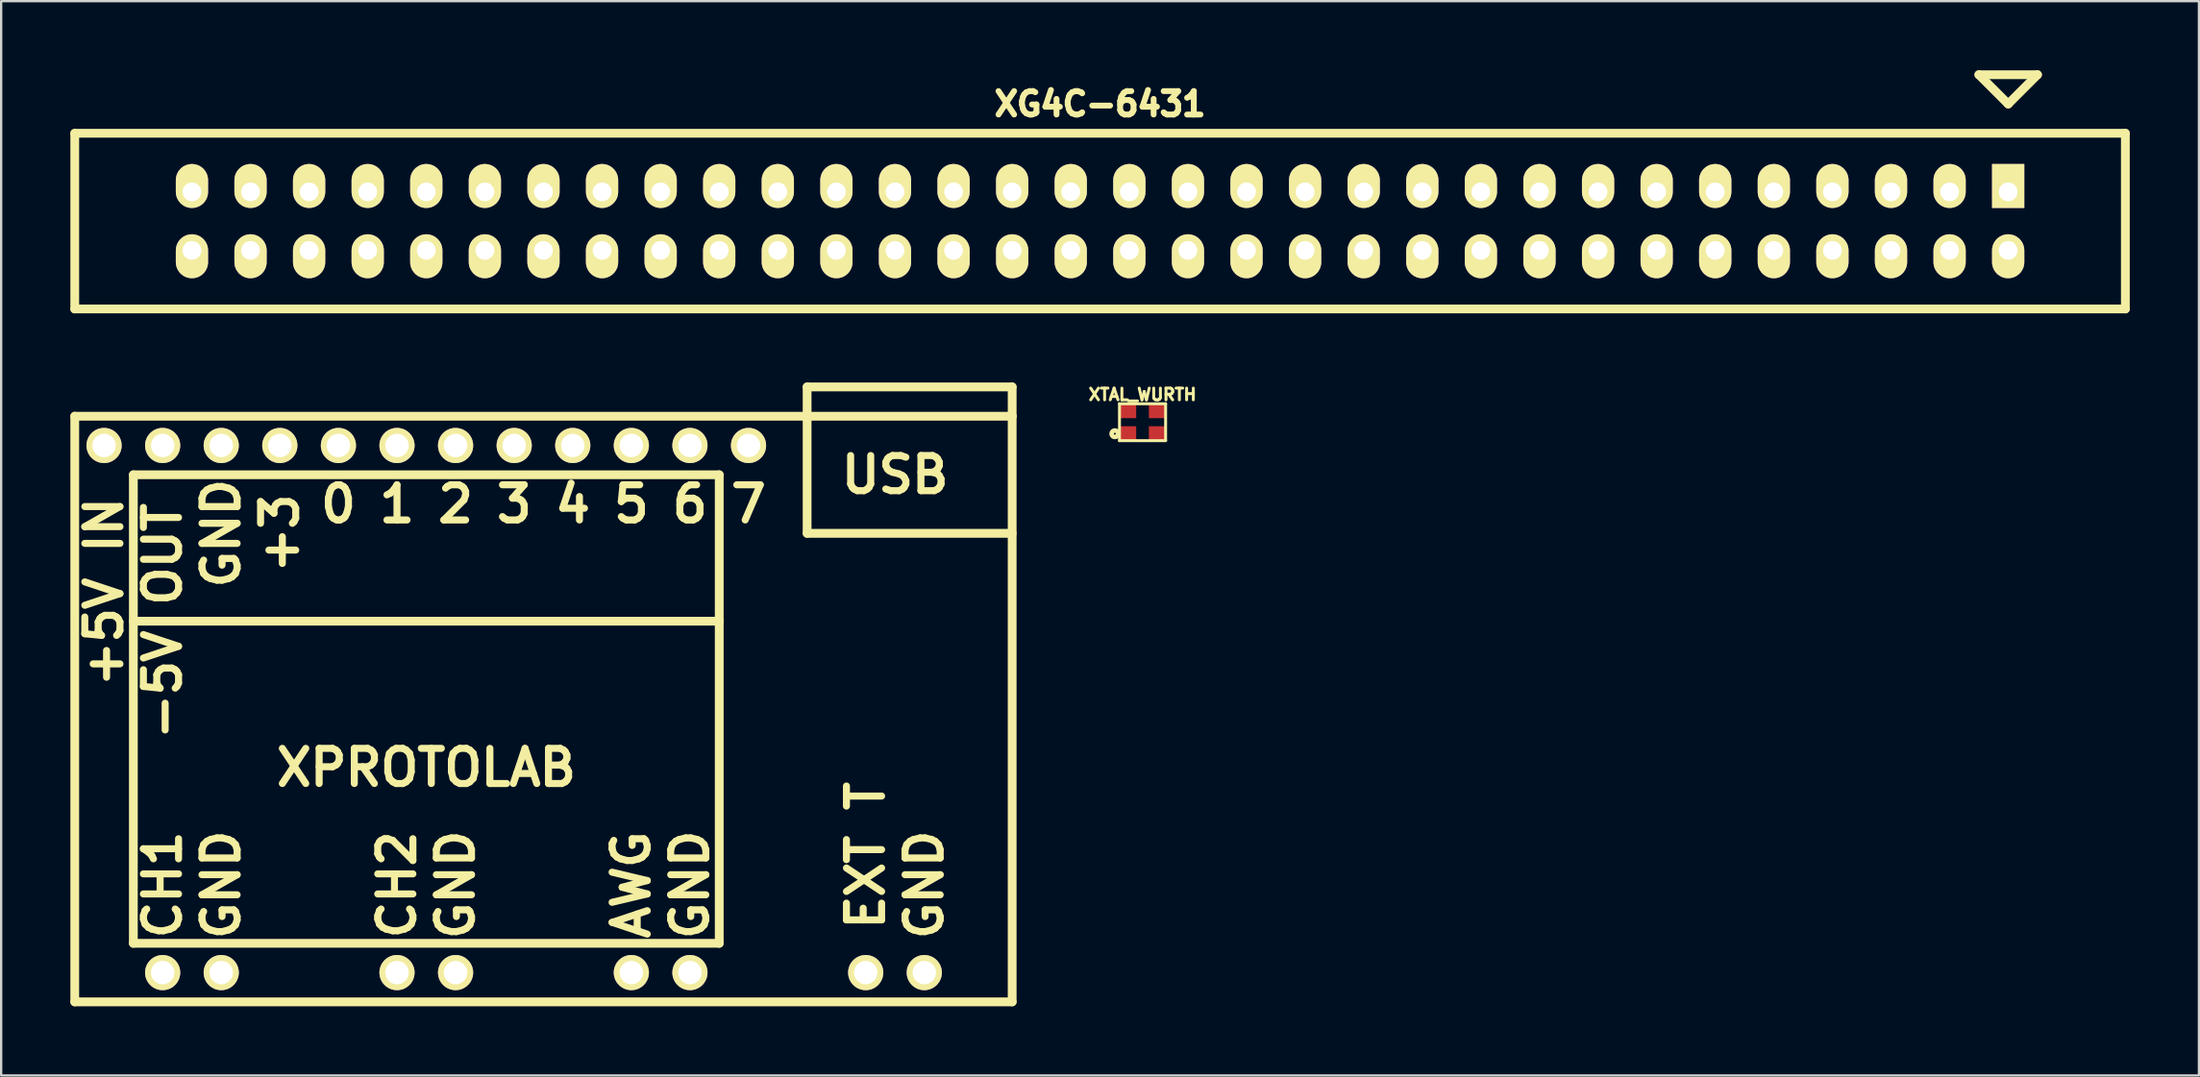
<source format=kicad_pcb>
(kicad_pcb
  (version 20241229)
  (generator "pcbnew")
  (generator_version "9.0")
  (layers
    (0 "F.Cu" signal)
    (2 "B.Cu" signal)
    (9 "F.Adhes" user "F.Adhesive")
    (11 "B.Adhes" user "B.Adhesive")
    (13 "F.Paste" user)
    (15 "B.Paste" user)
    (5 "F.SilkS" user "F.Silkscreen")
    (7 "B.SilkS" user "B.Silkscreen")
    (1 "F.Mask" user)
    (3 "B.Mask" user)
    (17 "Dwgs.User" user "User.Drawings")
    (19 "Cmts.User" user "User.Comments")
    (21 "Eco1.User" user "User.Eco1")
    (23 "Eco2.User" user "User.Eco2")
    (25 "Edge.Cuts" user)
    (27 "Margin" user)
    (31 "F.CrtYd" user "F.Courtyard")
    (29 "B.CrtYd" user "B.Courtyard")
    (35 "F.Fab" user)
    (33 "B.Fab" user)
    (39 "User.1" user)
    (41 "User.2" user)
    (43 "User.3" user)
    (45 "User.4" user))
  (footprint "XPROTOLAB"
    (layer "F.Cu")
    (at 20.511 27.701)
    (property "Reference" "XPROTOLAB" (at -5.08 2.54 0) (layer "F.SilkS") (effects (font (size 1.524 1.524) (thickness 0.305))))
    (attr through_hole)
    (fp_line (start -20.32 -12.7) (end -20.32 12.7) (stroke (width 0.381) (type solid)) (layer "F.SilkS"))
    (fp_line (start -20.32 12.7) (end 20.32 12.7) (stroke (width 0.381) (type solid)) (layer "F.SilkS"))
    (fp_line (start -17.78 -10.16) (end -17.78 10.16) (stroke (width 0.381) (type solid)) (layer "F.SilkS"))
    (fp_line (start -17.78 10.16) (end 7.62 10.16) (stroke (width 0.381) (type solid)) (layer "F.SilkS"))
    (fp_line (start 7.62 -10.16) (end -17.78 -10.16) (stroke (width 0.381) (type solid)) (layer "F.SilkS"))
    (fp_line (start 7.62 -3.81) (end -17.78 -3.81) (stroke (width 0.381) (type solid)) (layer "F.SilkS"))
    (fp_line (start 7.62 10.16) (end 7.62 -10.16) (stroke (width 0.381) (type solid)) (layer "F.SilkS"))
    (fp_line (start 11.43 -13.97) (end 11.43 -7.62) (stroke (width 0.381) (type solid)) (layer "F.SilkS"))
    (fp_line (start 11.43 -13.97) (end 20.32 -13.97) (stroke (width 0.381) (type solid)) (layer "F.SilkS"))
    (fp_line (start 11.43 -7.62) (end 20.32 -7.62) (stroke (width 0.381) (type solid)) (layer "F.SilkS"))
    (fp_line (start 20.32 -13.97) (end 20.32 -12.7) (stroke (width 0.381) (type solid)) (layer "F.SilkS"))
    (fp_line (start 20.32 -12.7) (end -20.32 -12.7) (stroke (width 0.381) (type solid)) (layer "F.SilkS"))
    (fp_line (start 20.32 12.7) (end 20.32 -12.7) (stroke (width 0.381) (type solid)) (layer "F.SilkS"))
    (fp_text user "+5V IN" (at -19.05 -5.08 90) (layer "F.SilkS") (effects (font (size 1.524 1.524) (thickness 0.305))))
    (fp_text user "2" (at -3.81 -8.89 0) (layer "F.SilkS") (effects (font (size 1.524 1.524) (thickness 0.305))))
    (fp_text user "-5V OUT" (at -16.51 -3.81 90) (layer "F.SilkS") (effects (font (size 1.524 1.524) (thickness 0.305))))
    (fp_text user "GND" (at -13.97 7.62 90) (layer "F.SilkS") (effects (font (size 1.524 1.524) (thickness 0.305))))
    (fp_text user "+3" (at -11.43 -7.62 90) (layer "F.SilkS") (effects (font (size 1.524 1.524) (thickness 0.305))))
    (fp_text user "7" (at 8.89 -8.89 0) (layer "F.SilkS") (effects (font (size 1.524 1.524) (thickness 0.305))))
    (fp_text user "GND" (at 6.35 7.62 90) (layer "F.SilkS") (effects (font (size 1.524 1.524) (thickness 0.305))))
    (fp_text user "CH2" (at -6.35 7.62 90) (layer "F.SilkS") (effects (font (size 1.524 1.524) (thickness 0.305))))
    (fp_text user "EXT T" (at 13.97 6.35 90) (layer "F.SilkS") (effects (font (size 1.524 1.524) (thickness 0.305))))
    (fp_text user "GND" (at 16.51 7.62 90) (layer "F.SilkS") (effects (font (size 1.524 1.524) (thickness 0.305))))
    (fp_text user "AWG" (at 3.81 7.62 90) (layer "F.SilkS") (effects (font (size 1.524 1.524) (thickness 0.305))))
    (fp_text user "GND" (at -13.97 -7.62 90) (layer "F.SilkS") (effects (font (size 1.524 1.524) (thickness 0.305))))
    (fp_text user "0" (at -8.89 -8.89 0) (layer "F.SilkS") (effects (font (size 1.524 1.524) (thickness 0.305))))
    (fp_text user "1" (at -6.35 -8.89 0) (layer "F.SilkS") (effects (font (size 1.524 1.524) (thickness 0.305))))
    (fp_text user "CH1" (at -16.51 7.62 90) (layer "F.SilkS") (effects (font (size 1.524 1.524) (thickness 0.305))))
    (fp_text user "GND" (at -3.81 7.62 90) (layer "F.SilkS") (effects (font (size 1.524 1.524) (thickness 0.305))))
    (fp_text user "3" (at -1.27 -8.89 0) (layer "F.SilkS") (effects (font (size 1.524 1.524) (thickness 0.305))))
    (fp_text user "USB" (at 15.24 -10.16 0) (layer "F.SilkS") (effects (font (size 1.524 1.524) (thickness 0.305))))
    (fp_text user "6" (at 6.35 -8.89 0) (layer "F.SilkS") (effects (font (size 1.524 1.524) (thickness 0.305))))
    (fp_text user "4" (at 1.27 -8.89 0) (layer "F.SilkS") (effects (font (size 1.524 1.524) (thickness 0.305))))
    (fp_text user "5" (at 3.81 -8.89 0) (layer "F.SilkS") (effects (font (size 1.524 1.524) (thickness 0.305))))
    (pad "1" thru_hole circle (at -16.51 11.43) (size 1.524 1.524) (drill 1.016) (layers "*.Cu" "*.Mask" "F.SilkS"))
    (pad "2" thru_hole circle (at -13.97 11.43) (size 1.524 1.524) (drill 1.016) (layers "*.Cu" "*.Mask" "F.SilkS"))
    (pad "3" thru_hole circle (at -6.35 11.43) (size 1.524 1.524) (drill 1.016) (layers "*.Cu" "*.Mask" "F.SilkS"))
    (pad "4" thru_hole circle (at -3.81 11.43) (size 1.524 1.524) (drill 1.016) (layers "*.Cu" "*.Mask" "F.SilkS"))
    (pad "5" thru_hole circle (at 3.81 11.43) (size 1.524 1.524) (drill 1.016) (layers "*.Cu" "*.Mask" "F.SilkS"))
    (pad "6" thru_hole circle (at 6.35 11.43) (size 1.524 1.524) (drill 1.016) (layers "*.Cu" "*.Mask" "F.SilkS"))
    (pad "7" thru_hole circle (at 13.97 11.43) (size 1.524 1.524) (drill 1.016) (layers "*.Cu" "*.Mask" "F.SilkS"))
    (pad "8" thru_hole circle (at 16.51 11.43) (size 1.524 1.524) (drill 1.016) (layers "*.Cu" "*.Mask" "F.SilkS"))
    (pad "9" thru_hole circle (at 8.89 -11.43) (size 1.524 1.524) (drill 1.016) (layers "*.Cu" "*.Mask" "F.SilkS"))
    (pad "10" thru_hole circle (at 6.35 -11.43) (size 1.524 1.524) (drill 1.016) (layers "*.Cu" "*.Mask" "F.SilkS"))
    (pad "11" thru_hole circle (at 3.81 -11.43) (size 1.524 1.524) (drill 1.016) (layers "*.Cu" "*.Mask" "F.SilkS"))
    (pad "12" thru_hole circle (at 1.27 -11.43) (size 1.524 1.524) (drill 1.016) (layers "*.Cu" "*.Mask" "F.SilkS"))
    (pad "13" thru_hole circle (at -1.27 -11.43) (size 1.524 1.524) (drill 1.016) (layers "*.Cu" "*.Mask" "F.SilkS"))
    (pad "14" thru_hole circle (at -3.81 -11.43) (size 1.524 1.524) (drill 1.016) (layers "*.Cu" "*.Mask" "F.SilkS"))
    (pad "15" thru_hole circle (at -6.35 -11.43) (size 1.524 1.524) (drill 1.016) (layers "*.Cu" "*.Mask" "F.SilkS"))
    (pad "16" thru_hole circle (at -8.89 -11.43) (size 1.524 1.524) (drill 1.016) (layers "*.Cu" "*.Mask" "F.SilkS"))
    (pad "17" thru_hole circle (at -11.43 -11.43) (size 1.524 1.524) (drill 1.016) (layers "*.Cu" "*.Mask" "F.SilkS"))
    (pad "18" thru_hole circle (at -13.97 -11.43) (size 1.524 1.524) (drill 1.016) (layers "*.Cu" "*.Mask" "F.SilkS"))
    (pad "19" thru_hole circle (at -16.51 -11.43) (size 1.524 1.524) (drill 1.016) (layers "*.Cu" "*.Mask" "F.SilkS"))
    (pad "20" thru_hole circle (at -19.05 -11.43) (size 1.524 1.524) (drill 1.016) (layers "*.Cu" "*.Mask" "F.SilkS")))
  (footprint "XTAL_WURTH"
    (layer "F.Cu")
    (at 46.483 15.261)
    (property "Reference" "XTAL_WURTH" (at 0 -1.2 0) (layer "F.SilkS") (effects (font (size 0.508 0.508) (thickness 0.127))))
    (attr through_hole)
    (fp_line (start -1 -0.8) (end -1 0.8) (stroke (width 0.127) (type solid)) (layer "F.SilkS"))
    (fp_line (start -1 0.8) (end 1 0.8) (stroke (width 0.127) (type solid)) (layer "F.SilkS"))
    (fp_line (start 1 -0.8) (end -1 -0.8) (stroke (width 0.127) (type solid)) (layer "F.SilkS"))
    (fp_line (start 1 0.8) (end 1 -0.8) (stroke (width 0.127) (type solid)) (layer "F.SilkS"))
    (fp_circle (center -1.2 0.5) (end -1.059 0.5) (stroke (width 0.2) (type solid)) (fill no) (layer "F.SilkS"))
    (pad "1" smd rect (at -0.65 0.5) (size 0.75 0.65) (layers "F.Cu" "F.Mask" "F.Paste"))
    (pad "2" smd rect (at 0.65 0.5) (size 0.75 0.65) (layers "F.Cu" "F.Mask" "F.Paste"))
    (pad "3" smd rect (at 0.65 -0.5) (size 0.75 0.65) (layers "F.Cu" "F.Mask" "F.Paste"))
    (pad "4" smd rect (at -0.65 -0.5) (size 0.75 0.65) (layers "F.Cu" "F.Mask" "F.Paste")))
  (footprint "XG4C-6431"
    (layer "F.Cu")
    (at 44.641 6.54)
    (property "Reference" "XG4C-6431" (at 0 -5.08 0) (layer "F.SilkS") (effects (font (size 1.016 1.016) (thickness 0.254))))
    (attr through_hole)
    (fp_line (start -44.45 -3.81) (end -44.45 3.81) (stroke (width 0.381) (type solid)) (layer "F.SilkS"))
    (fp_line (start -44.45 3.81) (end 44.45 3.81) (stroke (width 0.381) (type solid)) (layer "F.SilkS"))
    (fp_line (start 38.1 -6.35) (end 40.64 -6.35) (stroke (width 0.381) (type solid)) (layer "F.SilkS"))
    (fp_line (start 39.37 -5.08) (end 38.1 -6.35) (stroke (width 0.381) (type solid)) (layer "F.SilkS"))
    (fp_line (start 40.64 -6.35) (end 39.37 -5.08) (stroke (width 0.381) (type solid)) (layer "F.SilkS"))
    (fp_line (start 44.45 -3.81) (end -44.45 -3.81) (stroke (width 0.381) (type solid)) (layer "F.SilkS"))
    (fp_line (start 44.45 3.81) (end 44.45 -3.81) (stroke (width 0.381) (type solid)) (layer "F.SilkS"))
    (pad "1" thru_hole rect (at 39.37 -1.27) (size 1.397 1.905) (drill 0.813 (offset 0 -0.254)) (layers "*.Cu" "*.Mask" "F.SilkS"))
    (pad "2" thru_hole oval (at 39.37 1.27) (size 1.397 1.905) (drill 0.813 (offset 0 0.254)) (layers "*.Cu" "*.Mask" "F.SilkS"))
    (pad "3" thru_hole oval (at 36.83 -1.27) (size 1.397 1.905) (drill 0.813 (offset 0 -0.254)) (layers "*.Cu" "*.Mask" "F.SilkS"))
    (pad "4" thru_hole oval (at 36.83 1.27) (size 1.397 1.905) (drill 0.813 (offset 0 0.254)) (layers "*.Cu" "*.Mask" "F.SilkS"))
    (pad "5" thru_hole oval (at 34.29 -1.27) (size 1.397 1.905) (drill 0.813 (offset 0 -0.254)) (layers "*.Cu" "*.Mask" "F.SilkS"))
    (pad "6" thru_hole oval (at 34.29 1.27) (size 1.397 1.905) (drill 0.813 (offset 0 0.254)) (layers "*.Cu" "*.Mask" "F.SilkS"))
    (pad "7" thru_hole oval (at 31.75 -1.27) (size 1.397 1.905) (drill 0.813 (offset 0 -0.254)) (layers "*.Cu" "*.Mask" "F.SilkS"))
    (pad "8" thru_hole oval (at 31.75 1.27) (size 1.397 1.905) (drill 0.813 (offset 0 0.254)) (layers "*.Cu" "*.Mask" "F.SilkS"))
    (pad "9" thru_hole oval (at 29.21 -1.27) (size 1.397 1.905) (drill 0.813 (offset 0 -0.254)) (layers "*.Cu" "*.Mask" "F.SilkS"))
    (pad "10" thru_hole oval (at 29.21 1.27) (size 1.397 1.905) (drill 0.813 (offset 0 0.254)) (layers "*.Cu" "*.Mask" "F.SilkS"))
    (pad "11" thru_hole oval (at 26.67 -1.27) (size 1.397 1.905) (drill 0.813 (offset 0 -0.254)) (layers "*.Cu" "*.Mask" "F.SilkS"))
    (pad "12" thru_hole oval (at 26.67 1.27) (size 1.397 1.905) (drill 0.813 (offset 0 0.254)) (layers "*.Cu" "*.Mask" "F.SilkS"))
    (pad "13" thru_hole oval (at 24.13 -1.27) (size 1.397 1.905) (drill 0.813 (offset 0 -0.254)) (layers "*.Cu" "*.Mask" "F.SilkS"))
    (pad "14" thru_hole oval (at 24.13 1.27) (size 1.397 1.905) (drill 0.813 (offset 0 0.254)) (layers "*.Cu" "*.Mask" "F.SilkS"))
    (pad "15" thru_hole oval (at 21.59 -1.27) (size 1.397 1.905) (drill 0.813 (offset 0 -0.254)) (layers "*.Cu" "*.Mask" "F.SilkS"))
    (pad "16" thru_hole oval (at 21.59 1.27) (size 1.397 1.905) (drill 0.813 (offset 0 0.254)) (layers "*.Cu" "*.Mask" "F.SilkS"))
    (pad "17" thru_hole oval (at 19.05 -1.27) (size 1.397 1.905) (drill 0.813 (offset 0 -0.254)) (layers "*.Cu" "*.Mask" "F.SilkS"))
    (pad "18" thru_hole oval (at 19.05 1.27) (size 1.397 1.905) (drill 0.813 (offset 0 0.254)) (layers "*.Cu" "*.Mask" "F.SilkS"))
    (pad "19" thru_hole oval (at 16.51 -1.27) (size 1.397 1.905) (drill 0.813 (offset 0 -0.254)) (layers "*.Cu" "*.Mask" "F.SilkS"))
    (pad "20" thru_hole oval (at 16.51 1.27) (size 1.397 1.905) (drill 0.813 (offset 0 0.254)) (layers "*.Cu" "*.Mask" "F.SilkS"))
    (pad "21" thru_hole oval (at 13.97 -1.27) (size 1.397 1.905) (drill 0.813 (offset 0 -0.254)) (layers "*.Cu" "*.Mask" "F.SilkS"))
    (pad "22" thru_hole oval (at 13.97 1.27) (size 1.397 1.905) (drill 0.813 (offset 0 0.254)) (layers "*.Cu" "*.Mask" "F.SilkS"))
    (pad "23" thru_hole oval (at 11.43 -1.27) (size 1.397 1.905) (drill 0.813 (offset 0 -0.254)) (layers "*.Cu" "*.Mask" "F.SilkS"))
    (pad "24" thru_hole oval (at 11.43 1.27) (size 1.397 1.905) (drill 0.813 (offset 0 0.254)) (layers "*.Cu" "*.Mask" "F.SilkS"))
    (pad "25" thru_hole oval (at 8.89 -1.27) (size 1.397 1.905) (drill 0.813 (offset 0 -0.254)) (layers "*.Cu" "*.Mask" "F.SilkS"))
    (pad "26" thru_hole oval (at 8.89 1.27) (size 1.397 1.905) (drill 0.813 (offset 0 0.254)) (layers "*.Cu" "*.Mask" "F.SilkS"))
    (pad "27" thru_hole oval (at 6.35 -1.27) (size 1.397 1.905) (drill 0.813 (offset 0 -0.254)) (layers "*.Cu" "*.Mask" "F.SilkS"))
    (pad "28" thru_hole oval (at 6.35 1.27) (size 1.397 1.905) (drill 0.813 (offset 0 0.254)) (layers "*.Cu" "*.Mask" "F.SilkS"))
    (pad "29" thru_hole oval (at 3.81 -1.27) (size 1.397 1.905) (drill 0.813 (offset 0 -0.254)) (layers "*.Cu" "*.Mask" "F.SilkS"))
    (pad "30" thru_hole oval (at 3.81 1.27) (size 1.397 1.905) (drill 0.813 (offset 0 0.254)) (layers "*.Cu" "*.Mask" "F.SilkS"))
    (pad "31" thru_hole oval (at 1.27 -1.27) (size 1.397 1.905) (drill 0.813 (offset 0 -0.254)) (layers "*.Cu" "*.Mask" "F.SilkS"))
    (pad "32" thru_hole oval (at 1.27 1.27) (size 1.397 1.905) (drill 0.813 (offset 0 0.254)) (layers "*.Cu" "*.Mask" "F.SilkS"))
    (pad "33" thru_hole oval (at -1.27 -1.27) (size 1.397 1.905) (drill 0.813 (offset 0 -0.254)) (layers "*.Cu" "*.Mask" "F.SilkS"))
    (pad "34" thru_hole oval (at -1.27 1.27) (size 1.397 1.905) (drill 0.813 (offset 0 0.254)) (layers "*.Cu" "*.Mask" "F.SilkS"))
    (pad "35" thru_hole oval (at -3.81 -1.27) (size 1.397 1.905) (drill 0.813 (offset 0 -0.254)) (layers "*.Cu" "*.Mask" "F.SilkS"))
    (pad "36" thru_hole oval (at -3.81 1.27) (size 1.397 1.905) (drill 0.813 (offset 0 0.254)) (layers "*.Cu" "*.Mask" "F.SilkS"))
    (pad "37" thru_hole oval (at -6.35 -1.27) (size 1.397 1.905) (drill 0.813 (offset 0 -0.254)) (layers "*.Cu" "*.Mask" "F.SilkS"))
    (pad "38" thru_hole oval (at -6.35 1.27) (size 1.397 1.905) (drill 0.813 (offset 0 0.254)) (layers "*.Cu" "*.Mask" "F.SilkS"))
    (pad "39" thru_hole oval (at -8.89 -1.27) (size 1.397 1.905) (drill 0.813 (offset 0 -0.254)) (layers "*.Cu" "*.Mask" "F.SilkS"))
    (pad "40" thru_hole oval (at -8.89 1.27) (size 1.397 1.905) (drill 0.813 (offset 0 0.254)) (layers "*.Cu" "*.Mask" "F.SilkS"))
    (pad "41" thru_hole oval (at -11.43 -1.27) (size 1.397 1.905) (drill 0.813 (offset 0 -0.254)) (layers "*.Cu" "*.Mask" "F.SilkS"))
    (pad "42" thru_hole oval (at -11.43 1.27) (size 1.397 1.905) (drill 0.813 (offset 0 0.254)) (layers "*.Cu" "*.Mask" "F.SilkS"))
    (pad "43" thru_hole oval (at -13.97 -1.27) (size 1.397 1.905) (drill 0.813 (offset 0 -0.254)) (layers "*.Cu" "*.Mask" "F.SilkS"))
    (pad "44" thru_hole oval (at -13.97 1.27) (size 1.397 1.905) (drill 0.813 (offset 0 0.254)) (layers "*.Cu" "*.Mask" "F.SilkS"))
    (pad "45" thru_hole oval (at -16.51 -1.27) (size 1.397 1.905) (drill 0.813 (offset 0 -0.254)) (layers "*.Cu" "*.Mask" "F.SilkS"))
    (pad "46" thru_hole oval (at -16.51 1.27) (size 1.397 1.905) (drill 0.813 (offset 0 0.254)) (layers "*.Cu" "*.Mask" "F.SilkS"))
    (pad "47" thru_hole oval (at -19.05 -1.27) (size 1.397 1.905) (drill 0.813 (offset 0 -0.254)) (layers "*.Cu" "*.Mask" "F.SilkS"))
    (pad "48" thru_hole oval (at -19.05 1.27) (size 1.397 1.905) (drill 0.813 (offset 0 0.254)) (layers "*.Cu" "*.Mask" "F.SilkS"))
    (pad "49" thru_hole oval (at -21.59 -1.27) (size 1.397 1.905) (drill 0.813 (offset 0 -0.254)) (layers "*.Cu" "*.Mask" "F.SilkS"))
    (pad "50" thru_hole oval (at -21.59 1.27) (size 1.397 1.905) (drill 0.813 (offset 0 0.254)) (layers "*.Cu" "*.Mask" "F.SilkS"))
    (pad "51" thru_hole oval (at -24.13 -1.27) (size 1.397 1.905) (drill 0.813 (offset 0 -0.254)) (layers "*.Cu" "*.Mask" "F.SilkS"))
    (pad "52" thru_hole oval (at -24.13 1.27) (size 1.397 1.905) (drill 0.813 (offset 0 0.254)) (layers "*.Cu" "*.Mask" "F.SilkS"))
    (pad "53" thru_hole oval (at -26.67 -1.27) (size 1.397 1.905) (drill 0.813 (offset 0 -0.254)) (layers "*.Cu" "*.Mask" "F.SilkS"))
    (pad "54" thru_hole oval (at -26.67 1.27) (size 1.397 1.905) (drill 0.813 (offset 0 0.254)) (layers "*.Cu" "*.Mask" "F.SilkS"))
    (pad "55" thru_hole oval (at -29.21 -1.27) (size 1.397 1.905) (drill 0.813 (offset 0 -0.254)) (layers "*.Cu" "*.Mask" "F.SilkS"))
    (pad "56" thru_hole oval (at -29.21 1.27) (size 1.397 1.905) (drill 0.813 (offset 0 0.254)) (layers "*.Cu" "*.Mask" "F.SilkS"))
    (pad "57" thru_hole oval (at -31.75 -1.27) (size 1.397 1.905) (drill 0.813 (offset 0 -0.254)) (layers "*.Cu" "*.Mask" "F.SilkS"))
    (pad "58" thru_hole oval (at -31.75 1.27) (size 1.397 1.905) (drill 0.813 (offset 0 0.254)) (layers "*.Cu" "*.Mask" "F.SilkS"))
    (pad "59" thru_hole oval (at -34.29 -1.27) (size 1.397 1.905) (drill 0.813 (offset 0 -0.254)) (layers "*.Cu" "*.Mask" "F.SilkS"))
    (pad "60" thru_hole oval (at -34.29 1.27) (size 1.397 1.905) (drill 0.813 (offset 0 0.254)) (layers "*.Cu" "*.Mask" "F.SilkS"))
    (pad "61" thru_hole oval (at -36.83 -1.27) (size 1.397 1.905) (drill 0.813 (offset 0 -0.254)) (layers "*.Cu" "*.Mask" "F.SilkS"))
    (pad "62" thru_hole oval (at -36.83 1.27) (size 1.397 1.905) (drill 0.813 (offset 0 0.254)) (layers "*.Cu" "*.Mask" "F.SilkS"))
    (pad "63" thru_hole oval (at -39.37 -1.27) (size 1.397 1.905) (drill 0.813 (offset 0 -0.254)) (layers "*.Cu" "*.Mask" "F.SilkS"))
    (pad "64" thru_hole oval (at -39.37 1.27) (size 1.397 1.905) (drill 0.813 (offset 0 0.254)) (layers "*.Cu" "*.Mask" "F.SilkS")))
  (gr_rect
    (start -3 -3)
    (end 92.281 43.592)
    (stroke (width 0.1) (type default))
    (fill no)
    (layer "Edge.Cuts")))
</source>
